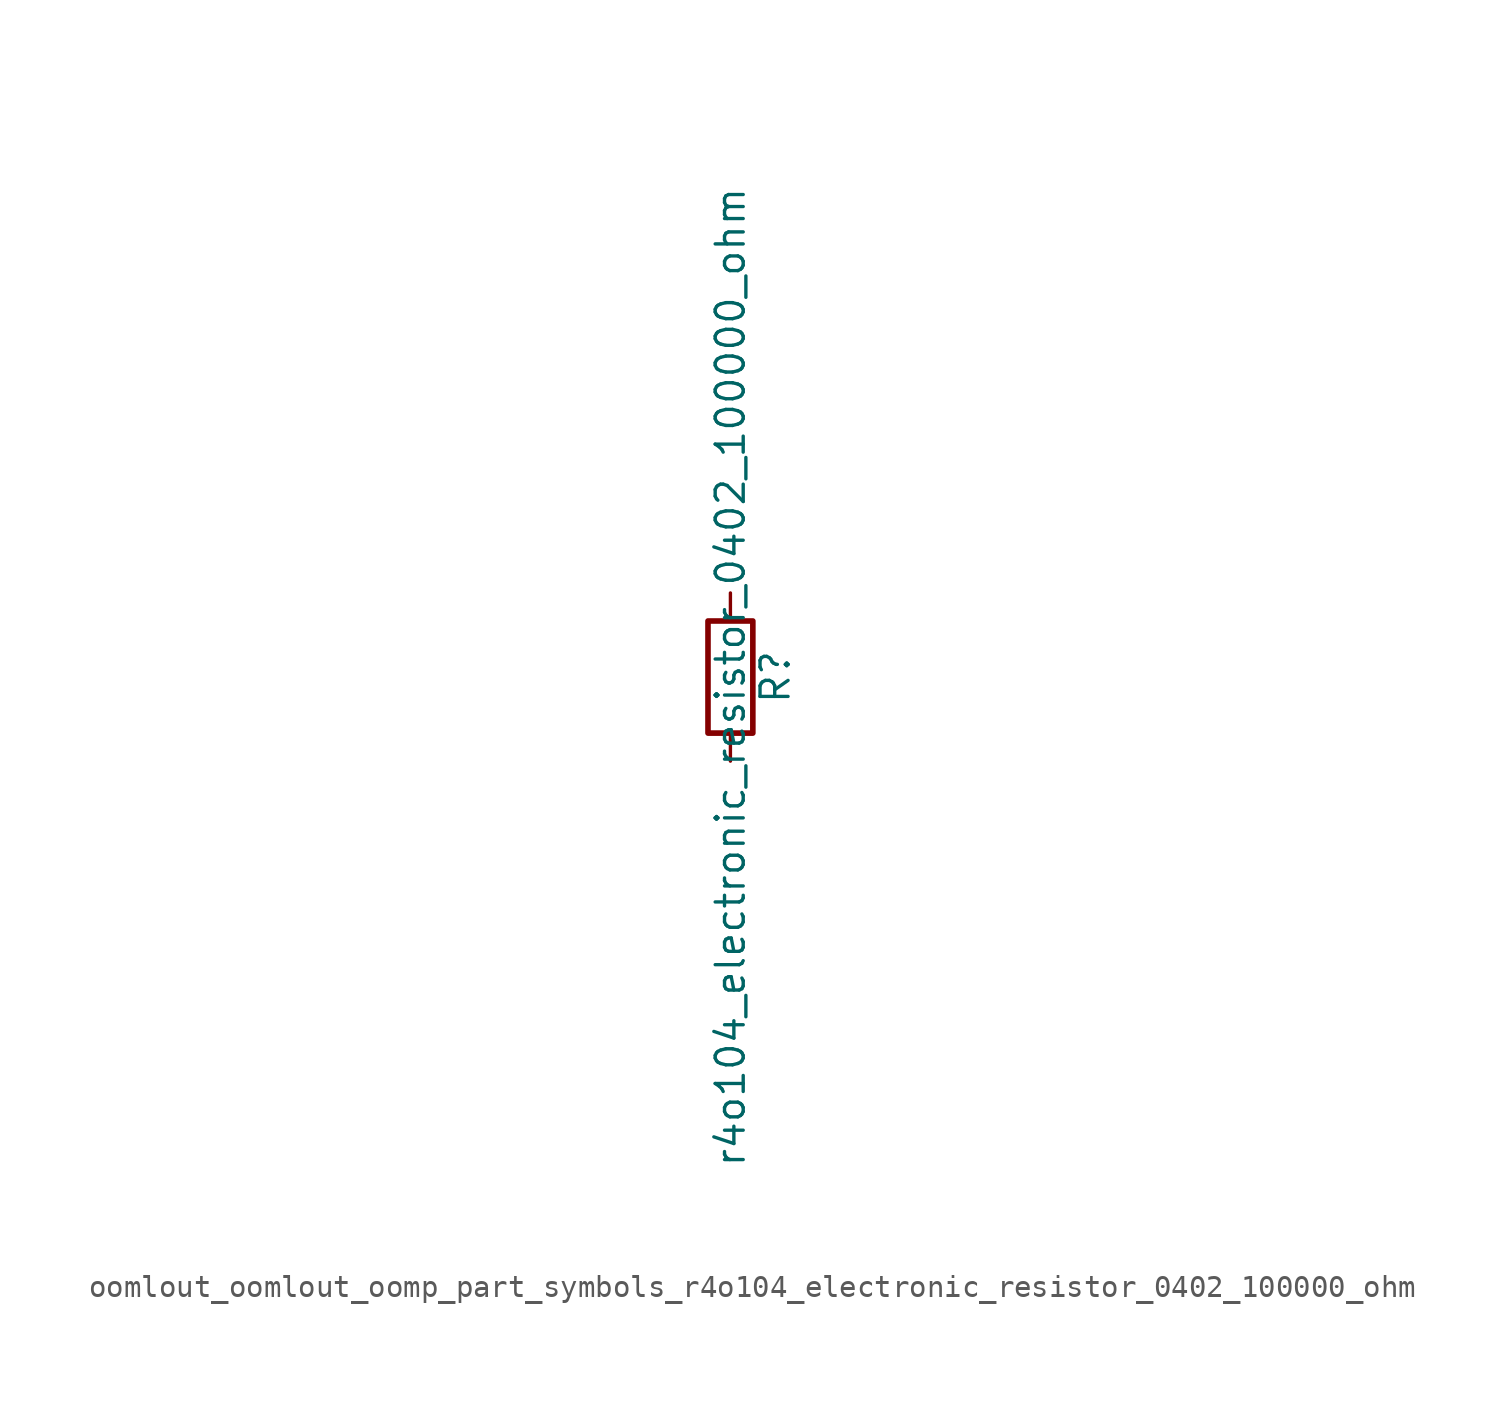
<source format=kicad_sym>
(kicad_symbol_lib
  (version 20220914)
  (generator kicad_symbol_editor)
  (symbol "oomlout_oomlout_oomp_part_symbols_r4o104_electronic_resistor_0402_100000_ohm"
    (pin_numbers hide)
    (pin_names
      (offset 0))
    (property "Reference" "R"
      (at 2.032 0 90)
      (effects (font (size 1.27 1.27))))
    (property "Value" "r4o104_electronic_resistor_0402_100000_ohm"
      (at 0 0 90)
      (effects (font (size 1.27 1.27))))
    (symbol "oomlout_oomlout_oomp_part_symbols_r4o104_electronic_resistor_0402_100000_ohm_0_1"
      (rectangle (start -1.016 -2.54) (end 1.016 2.54) (stroke (width 0.254) (type default)) (fill (type none))))
    (symbol "oomlout_oomlout_oomp_part_symbols_r4o104_electronic_resistor_0402_100000_ohm_1_1"
      (pin passive line (at 0 3.81 270) (length 1.27) (name "~" (effects (font (size 1.27 1.27)))) (number "1" (effects (font (size 1.27 1.27)))))
      (pin passive line (at 0 -3.81 90) (length 1.27) (name "~" (effects (font (size 1.27 1.27)))) (number "2" (effects (font (size 1.27 1.27))))))))
</source>
